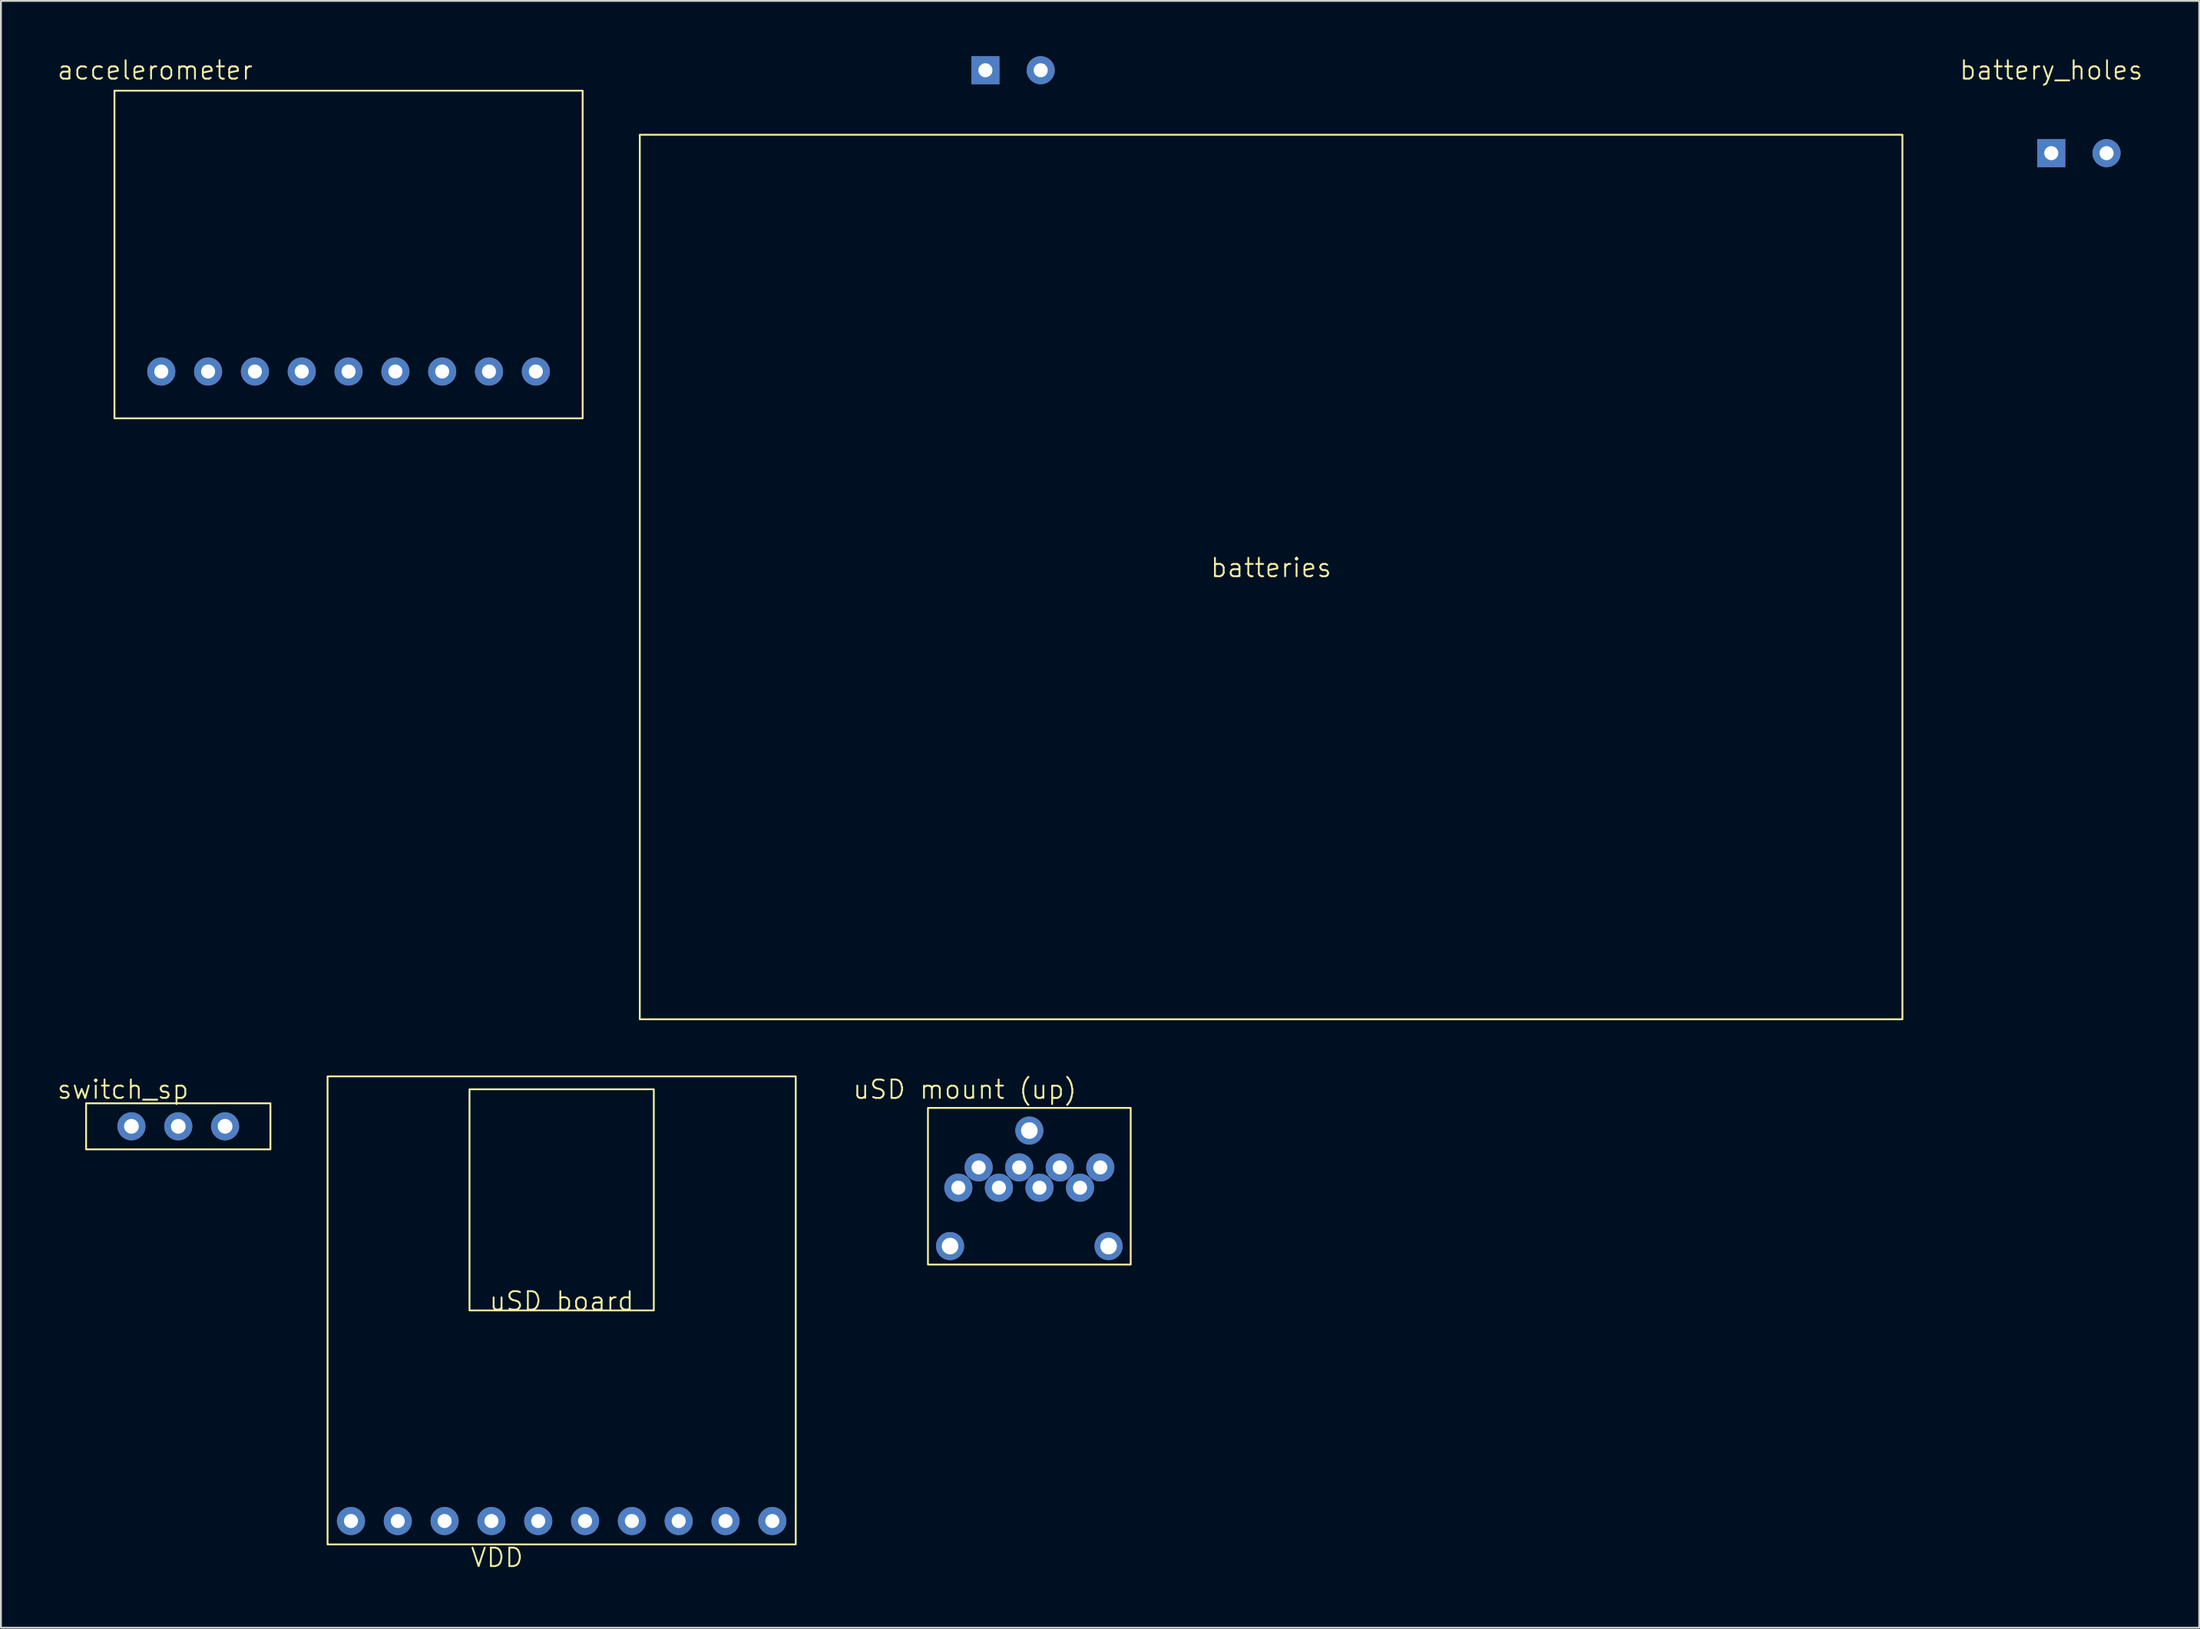
<source format=kicad_pcb>
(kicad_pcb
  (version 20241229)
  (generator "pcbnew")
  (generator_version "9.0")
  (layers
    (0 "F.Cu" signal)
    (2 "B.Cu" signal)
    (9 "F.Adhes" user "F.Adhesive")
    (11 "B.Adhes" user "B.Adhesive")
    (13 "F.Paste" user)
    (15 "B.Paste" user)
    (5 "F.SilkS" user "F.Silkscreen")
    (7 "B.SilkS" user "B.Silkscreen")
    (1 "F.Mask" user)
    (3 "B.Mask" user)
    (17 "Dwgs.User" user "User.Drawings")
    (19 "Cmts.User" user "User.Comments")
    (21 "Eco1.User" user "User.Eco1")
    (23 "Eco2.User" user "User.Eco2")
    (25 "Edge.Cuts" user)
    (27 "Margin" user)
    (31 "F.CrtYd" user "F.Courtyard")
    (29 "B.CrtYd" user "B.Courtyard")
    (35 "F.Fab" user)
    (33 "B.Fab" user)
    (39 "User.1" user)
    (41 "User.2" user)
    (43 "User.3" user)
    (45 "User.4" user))
  (footprint "switch_sp"
    (layer "F.Cu")
    (at 6.621 58.072)
    (property "Reference" "switch_sp" (at -3 -2 0) (unlocked yes) (layer "F.SilkS") (effects (font (size 1 1) (thickness 0.1))))
    (attr through_hole)
    (fp_rect (start -5 -1.25) (end 5 1.25) (stroke (width 0.1) (type default)) (fill no) (layer "F.SilkS"))
    (fp_text user " " (at 0 2.5 0) (unlocked yes) (layer "F.Fab") (effects (font (size 1 1) (thickness 0.15))))
    (pad "1" thru_hole circle (at 0 0) (size 1.524 1.524) (drill 0.8) (layers "*.Cu" "*.Mask"))
    (pad "2" thru_hole circle (at -2.54 0) (size 1.524 1.524) (drill 0.8) (layers "*.Cu" "*.Mask"))
    (pad "3" thru_hole circle (at 2.54 0) (size 1.524 1.524) (drill 0.8) (layers "*.Cu" "*.Mask")))
  (footprint "battery_holes"
    (layer "F.Cu")
    (at 109.736 5.261)
    (property "Reference" "battery_holes" (at -1.5 -4.5 0) (unlocked yes) (layer "F.SilkS") (effects (font (size 1 1) (thickness 0.1))))
    (attr through_hole)
    (fp_text user " " (at -1.5 -1.5 0) (unlocked yes) (layer "F.Fab") (effects (font (size 1 1) (thickness 0.15))))
    (pad "1" thru_hole rect (at -1.5 0) (size 1.524 1.524) (drill 0.762) (layers "*.Cu" "*.Mask"))
    (pad "2" thru_hole circle (at 1.5 0) (size 1.524 1.524) (drill 0.762) (layers "*.Cu" "*.Mask")))
  (footprint "uSD board"
    (layer "F.Cu")
    (at 27.421 68.062)
    (property "Reference" "uSD board" (at 0 -0.5 0) (unlocked yes) (layer "F.SilkS") (effects (font (size 1 1) (thickness 0.1))))
    (attr through_hole)
    (fp_rect (start -12.7 -12.7) (end 12.7 12.7) (stroke (width 0.1) (type default)) (fill no) (layer "F.SilkS"))
    (fp_rect (start -5 -12) (end 5 0) (stroke (width 0.1) (type default)) (fill no) (layer "F.SilkS"))
    (fp_text user "VDD" (at -5 14 0) (unlocked yes) (layer "F.SilkS") (effects (font (size 1 1) (thickness 0.1)) (justify left bottom)))
    (fp_text user " " (at 0 2.5 0) (unlocked yes) (layer "F.Fab") (effects (font (size 1 1) (thickness 0.15))))
    (pad "1" thru_hole circle (at -11.43 11.43) (size 1.524 1.524) (drill 0.762) (layers "*.Cu" "*.Mask"))
    (pad "2" thru_hole circle (at -8.89 11.43) (size 1.524 1.524) (drill 0.762) (layers "*.Cu" "*.Mask"))
    (pad "3" thru_hole circle (at -6.35 11.43) (size 1.524 1.524) (drill 0.762) (layers "*.Cu" "*.Mask"))
    (pad "4" thru_hole circle (at -3.81 11.43) (size 1.524 1.524) (drill 0.762) (layers "*.Cu" "*.Mask"))
    (pad "5" thru_hole circle (at -1.27 11.43) (size 1.524 1.524) (drill 0.762) (layers "*.Cu" "*.Mask"))
    (pad "6" thru_hole circle (at 1.27 11.43) (size 1.524 1.524) (drill 0.762) (layers "*.Cu" "*.Mask"))
    (pad "7" thru_hole circle (at 3.81 11.43) (size 1.524 1.524) (drill 0.762) (layers "*.Cu" "*.Mask"))
    (pad "8" thru_hole circle (at 6.35 11.43) (size 1.524 1.524) (drill 0.762) (layers "*.Cu" "*.Mask"))
    (pad "9" thru_hole circle (at 8.89 11.43) (size 1.524 1.524) (drill 0.762) (layers "*.Cu" "*.Mask"))
    (pad "10" thru_hole circle (at 11.43 11.43) (size 1.524 1.524) (drill 0.762) (layers "*.Cu" "*.Mask")))
  (footprint "uSD mount (up)"
    (layer "F.Cu")
    (at 52.793 64.573)
    (property "Reference" "uSD mount (up)" (at -3.5 -8.5 0) (unlocked yes) (layer "F.SilkS") (effects (font (size 1 1) (thickness 0.1))))
    (attr through_hole)
    (fp_rect (start -5.5 1) (end 5.5 -7.5) (stroke (width 0.1) (type default)) (fill no) (layer "F.SilkS"))
    (fp_text user " " (at 0 2.5 0) (unlocked yes) (layer "F.Fab") (effects (font (size 1 1) (thickness 0.15))))
    (pad "" thru_hole circle (at -4.3 0) (size 1.524 1.524) (drill 0.9) (layers "*.Cu" "*.Mask"))
    (pad "" thru_hole circle (at 0 -6.27) (size 1.524 1.524) (drill 0.9) (layers "*.Cu" "*.Mask"))
    (pad "" thru_hole circle (at 4.3 0) (size 1.524 1.524) (drill 0.9) (layers "*.Cu" "*.Mask"))
    (pad "1" thru_hole circle (at -3.85 -3.17) (size 1.524 1.524) (drill 0.762) (layers "*.Cu" "*.Mask"))
    (pad "2" thru_hole circle (at -2.75 -4.27) (size 1.524 1.524) (drill 0.762) (layers "*.Cu" "*.Mask"))
    (pad "3" thru_hole circle (at -1.65 -3.17) (size 1.524 1.524) (drill 0.762) (layers "*.Cu" "*.Mask"))
    (pad "4" thru_hole circle (at -0.55 -4.27) (size 1.524 1.524) (drill 0.762) (layers "*.Cu" "*.Mask"))
    (pad "5" thru_hole circle (at 0.55 -3.17) (size 1.524 1.524) (drill 0.762) (layers "*.Cu" "*.Mask"))
    (pad "6" thru_hole circle (at 1.65 -4.27) (size 1.524 1.524) (drill 0.762) (layers "*.Cu" "*.Mask"))
    (pad "7" thru_hole circle (at 2.75 -3.17) (size 1.524 1.524) (drill 0.762) (layers "*.Cu" "*.Mask"))
    (pad "8" thru_hole circle (at 3.85 -4.27) (size 1.524 1.524) (drill 0.762) (layers "*.Cu" "*.Mask")))
  (footprint "batteries"
    (layer "F.Cu")
    (at 65.91 28.262)
    (property "Reference" "batteries" (at 0 -0.5 0) (unlocked yes) (layer "F.SilkS") (effects (font (size 1 1) (thickness 0.1))))
    (attr through_hole)
    (fp_rect (start 34.25 -24) (end -34.25 24) (stroke (width 0.1) (type default)) (fill no) (layer "F.SilkS"))
    (fp_text user " " (at 0 2.5 0) (unlocked yes) (layer "F.Fab") (effects (font (size 1 1) (thickness 0.15))))
    (pad "1" thru_hole rect (at -15.5 -27.5) (size 1.524 1.524) (drill 0.762) (layers "*.Cu" "*.Mask"))
    (pad "2" thru_hole circle (at -12.5 -27.5) (size 1.524 1.524) (drill 0.762) (layers "*.Cu" "*.Mask")))
  (footprint "accelerometer"
    (layer "F.Cu")
    (at 15.86 10.761)
    (property "Reference" "accelerometer" (at -10.5 -10 0) (unlocked yes) (layer "F.SilkS") (effects (font (size 1 1) (thickness 0.1))))
    (attr through_hole)
    (fp_rect (start -12.7 -8.89) (end 12.7 8.89) (stroke (width 0.1) (type default)) (fill no) (layer "F.SilkS"))
    (fp_text user " " (at 0 2.5 0) (unlocked yes) (layer "F.Fab") (effects (font (size 1 1) (thickness 0.15))))
    (pad "1" thru_hole circle (at -10.16 6.35) (size 1.524 1.524) (drill 0.762) (layers "*.Cu" "*.Mask"))
    (pad "2" thru_hole circle (at -7.62 6.35) (size 1.524 1.524) (drill 0.762) (layers "*.Cu" "*.Mask"))
    (pad "3" thru_hole circle (at -5.08 6.35) (size 1.524 1.524) (drill 0.762) (layers "*.Cu" "*.Mask"))
    (pad "4" thru_hole circle (at -2.54 6.35) (size 1.524 1.524) (drill 0.762) (layers "*.Cu" "*.Mask"))
    (pad "5" thru_hole circle (at 0 6.35) (size 1.524 1.524) (drill 0.762) (layers "*.Cu" "*.Mask"))
    (pad "6" thru_hole circle (at 2.54 6.35) (size 1.524 1.524) (drill 0.762) (layers "*.Cu" "*.Mask"))
    (pad "7" thru_hole circle (at 5.08 6.35) (size 1.524 1.524) (drill 0.762) (layers "*.Cu" "*.Mask"))
    (pad "8" thru_hole circle (at 7.62 6.35) (size 1.524 1.524) (drill 0.762) (layers "*.Cu" "*.Mask"))
    (pad "9" thru_hole circle (at 10.16 6.35) (size 1.524 1.524) (drill 0.762) (layers "*.Cu" "*.Mask")))
  (gr_rect
    (start -3 -3)
    (end 116.262 85.283)
    (stroke (width 0.1) (type default))
    (fill no)
    (layer "Edge.Cuts")))
</source>
